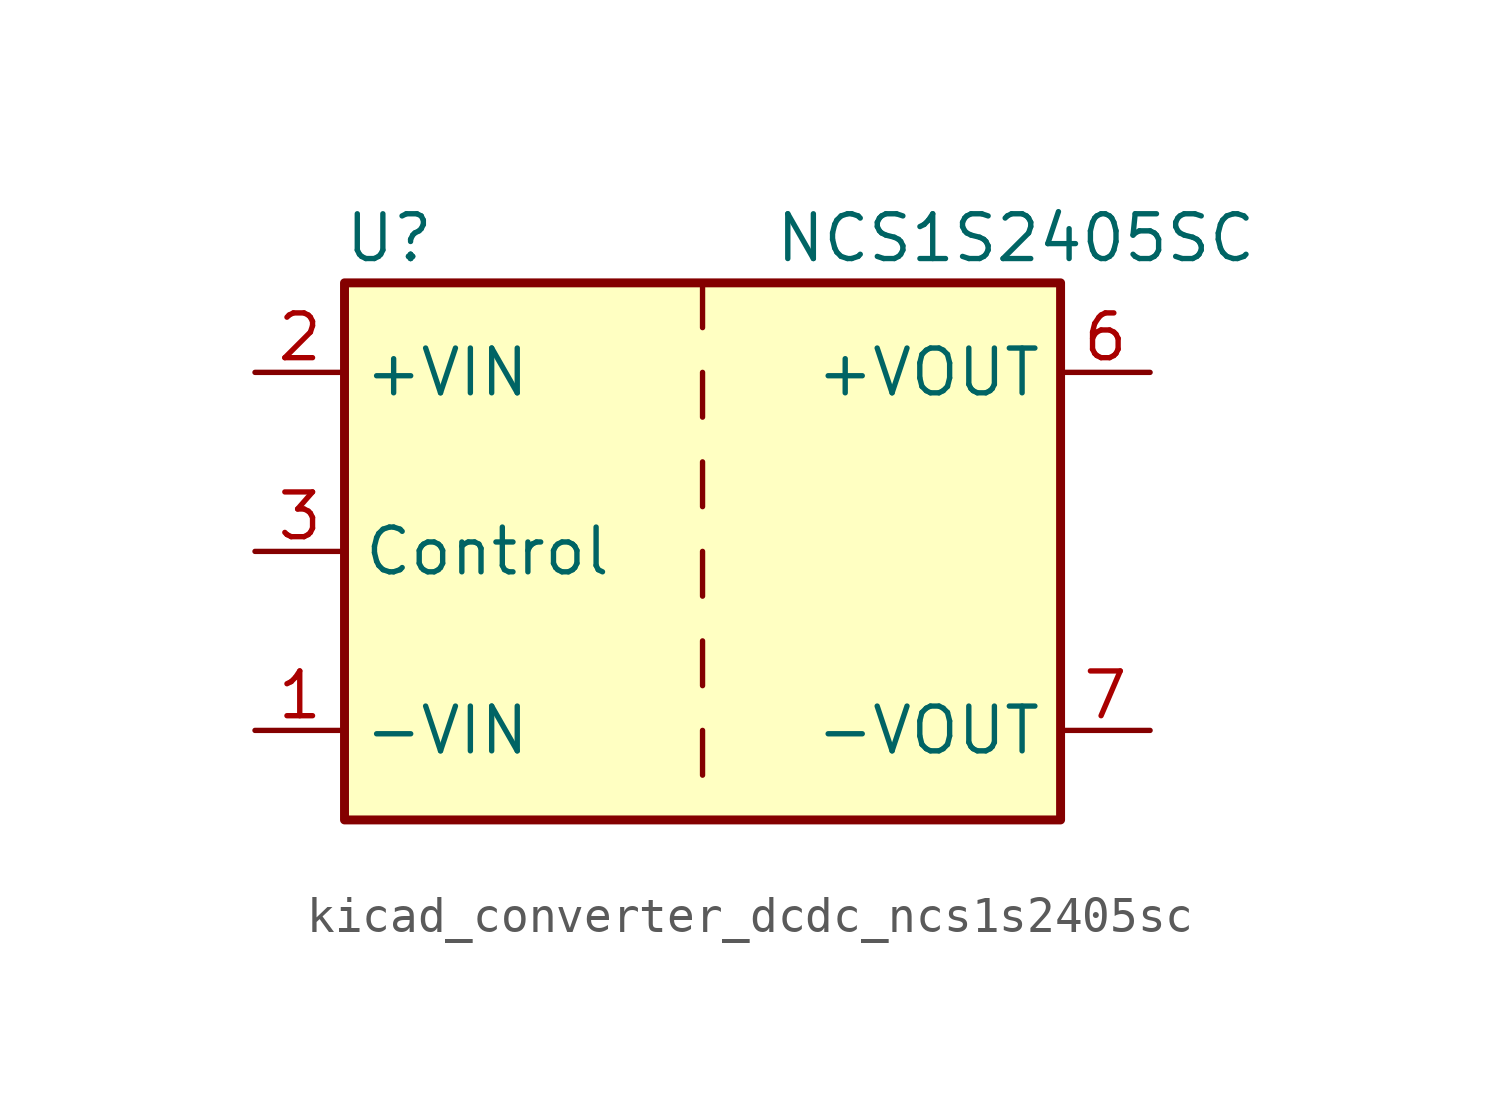
<source format=kicad_sym>
(kicad_symbol_lib
  (version 20220914)
  (generator kicad_symbol_editor)
  (symbol "kicad_converter_dcdc_ncs1s2405sc"
    (property "Reference" "U"
      (at -8.89 8.89 0)
      (effects (font (size 1.27 1.27))))
    (property "Value" "NCS1S2405SC"
      (at 8.89 8.89 0)
      (effects (font (size 1.27 1.27))))
    (symbol "kicad_converter_dcdc_ncs1s2405sc_0_1"
      (rectangle (start -10.16 7.62) (end 10.16 -7.62) (stroke (width 0.254) (type default)) (fill (type background)))
      (polyline (pts (xy 0 -5.08) (xy 0 -6.35)) (stroke (width 0) (type default)) (fill (type none)))
      (polyline (pts (xy 0 -2.54) (xy 0 -3.81)) (stroke (width 0) (type default)) (fill (type none)))
      (polyline (pts (xy 0 0) (xy 0 -1.27)) (stroke (width 0) (type default)) (fill (type none)))
      (polyline (pts (xy 0 2.54) (xy 0 1.27)) (stroke (width 0) (type default)) (fill (type none)))
      (polyline (pts (xy 0 5.08) (xy 0 3.81)) (stroke (width 0) (type default)) (fill (type none)))
      (polyline (pts (xy 0 7.62) (xy 0 6.35)) (stroke (width 0) (type default)) (fill (type none))))
    (symbol "kicad_converter_dcdc_ncs1s2405sc_1_1"
      (pin power_in line (at -12.7 -5.08 0) (length 2.54) (name "-VIN" (effects (font (size 1.27 1.27)))) (number "1" (effects (font (size 1.27 1.27)))))
      (pin power_in line (at -12.7 5.08 0) (length 2.54) (name "+VIN" (effects (font (size 1.27 1.27)))) (number "2" (effects (font (size 1.27 1.27)))))
      (pin input line (at -12.7 0 0) (length 2.54) (name "Control" (effects (font (size 1.27 1.27)))) (number "3" (effects (font (size 1.27 1.27)))))
      (pin power_out line (at 12.7 5.08 180) (length 2.54) (name "+VOUT" (effects (font (size 1.27 1.27)))) (number "6" (effects (font (size 1.27 1.27)))))
      (pin power_out line (at 12.7 -5.08 180) (length 2.54) (name "-VOUT" (effects (font (size 1.27 1.27)))) (number "7" (effects (font (size 1.27 1.27))))))))
</source>
